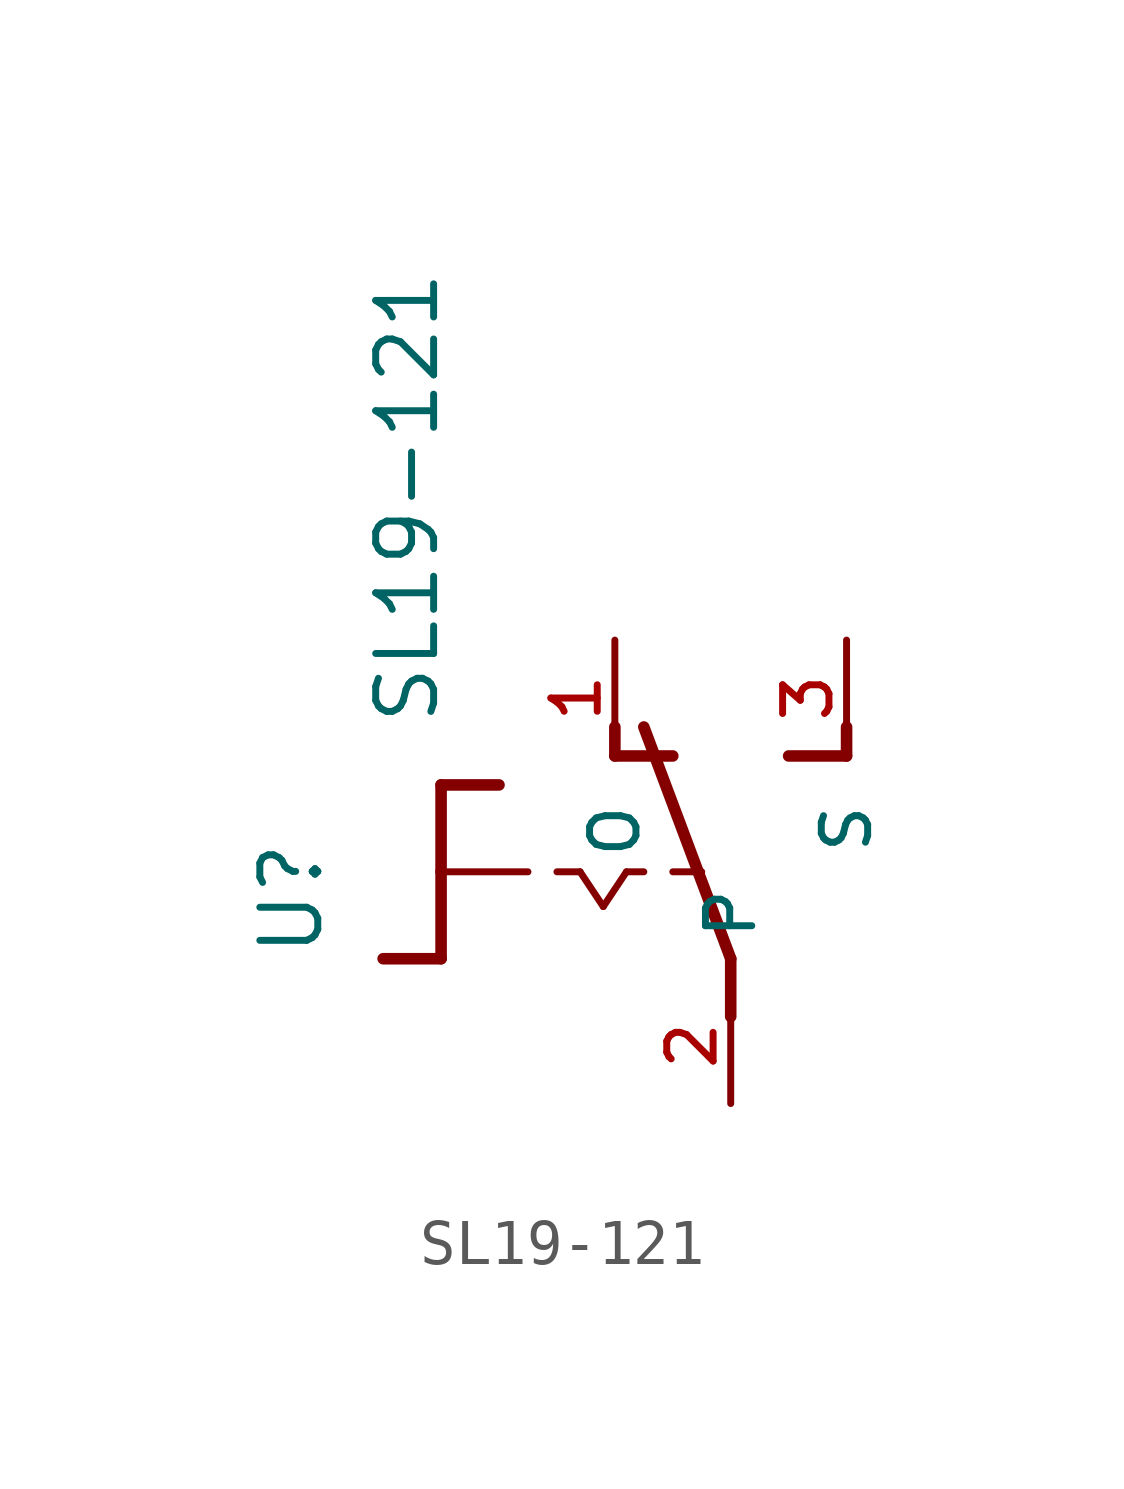
<source format=kicad_sym>
(kicad_symbol_lib
  (version 20211014)
  (generator kicad_symbol_editor)
  (symbol "SL19-121"
    (pin_names
      (offset 1.016))
    (property "Reference" "U"
      (at -6.35 -1.905 90.0)
      (effects (font (size 1.27 1.27)) (justify bottom left)))
    (property "Value" "SL19-121"
      (at -3.81 3.175 90.0)
      (effects (font (size 1.27 1.27)) (justify bottom left)))
    (symbol "SL19-121_0_0"
      (polyline (pts (xy -3.81 1.905) (xy -2.54 1.905)) (stroke (width 0.254)))
      (polyline (pts (xy -3.81 1.905) (xy -3.81 0.0)) (stroke (width 0.254)))
      (polyline (pts (xy -3.81 -1.905) (xy -5.08 -1.905)) (stroke (width 0.254)))
      (polyline (pts (xy -3.81 0.0) (xy -1.905 0.0)) (stroke (width 0.152)))
      (polyline (pts (xy -3.81 0.0) (xy -3.81 -1.905)) (stroke (width 0.254)))
      (polyline (pts (xy -1.27 0.0) (xy -0.762 0.0)) (stroke (width 0.152)))
      (polyline (pts (xy 0.254 0.0) (xy 0.635 0.0)) (stroke (width 0.152)))
      (polyline (pts (xy 2.54 -3.175) (xy 2.54 -1.905)) (stroke (width 0.254)))
      (polyline (pts (xy 2.54 -1.905) (xy 0.635 3.175)) (stroke (width 0.254)))
      (polyline (pts (xy 3.81 2.54) (xy 5.08 2.54)) (stroke (width 0.254)))
      (polyline (pts (xy 5.08 2.54) (xy 5.08 3.175)) (stroke (width 0.254)))
      (polyline (pts (xy 0.0 2.54) (xy 1.27 2.54)) (stroke (width 0.254)))
      (polyline (pts (xy 0.0 2.54) (xy 0.0 3.175)) (stroke (width 0.254)))
      (polyline (pts (xy 1.27 0.0) (xy 1.905 0.0)) (stroke (width 0.152)))
      (polyline (pts (xy -0.762 0.0) (xy -0.254 -0.762)) (stroke (width 0.152)))
      (polyline (pts (xy -0.254 -0.762) (xy 0.254 0.0)) (stroke (width 0.152)))
      (pin passive line (at 2.54 -5.08 90.0) (length 2.54) (name "P" (effects (font (size 1.016 1.016)))) (number "2" (effects (font (size 1.016 1.016)))))
      (pin passive line (at 5.08 5.08 270.0) (length 2.54) (name "S" (effects (font (size 1.016 1.016)))) (number "3" (effects (font (size 1.016 1.016)))))
      (pin passive line (at 0.0 5.08 270.0) (length 2.54) (name "O" (effects (font (size 1.016 1.016)))) (number "1" (effects (font (size 1.016 1.016))))))))
</source>
